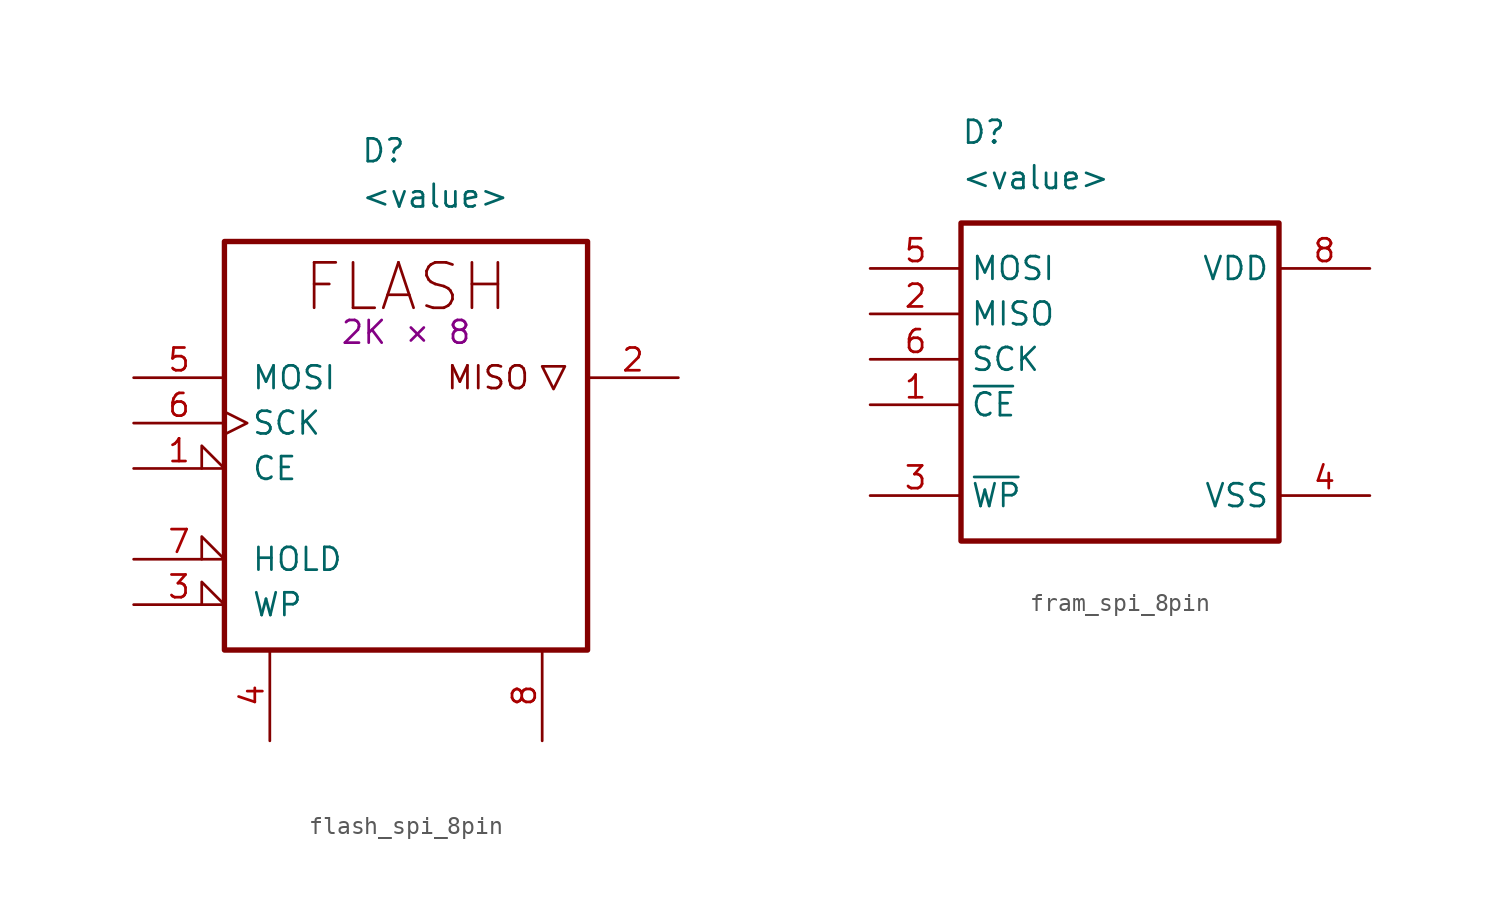
<source format=kicad_sym>
(kicad_symbol_lib
  (version 20231120)
  (generator "kicad_symbol_editor")
  (generator_version "8.0")
  (symbol "flash_spi_8pin"
    (pin_names
      (offset 1.5))
    (property "Reference" "D"
      (at 0 12.7 0)
      (effects (font (size 1.27 1.27)) (justify left)))
    (property "Value" "<value>"
      (at 0 10.16 0)
      (effects (font (size 1.27 1.27)) (justify left)))
    (property "Remarks" "2K × 8"
      (at 2.54 2.54 0)
      (do_not_autoplace)
      (effects (font (size 1.27 1.27))))
    (symbol "flash_spi_8pin_0_1"
      (rectangle (start -7.62 7.62) (end 12.7 -15.24) (stroke (width 0.3) (type default)) (fill (type none)))
      (polyline (pts (xy 10.16 0.635) (xy 11.43 0.635) (xy 10.795 -0.635) (xy 10.16 0.635)) (stroke (width 0) (type default)) (fill (type none))))
    (symbol "flash_spi_8pin_1_1"
      (text "FLASH" (at 2.54 5.08 0) (effects (font (size 2.54 2.54))))
      (text "MISO" (at 9.525 0 0) (effects (font (size 1.27 1.27)) (justify right)))
      (pin input input_low (at -12.7 -5.08 0) (length 5.08) (name "CE" (effects (font (size 1.27 1.27)))) (number "1" (effects (font (size 1.27 1.27)))))
      (pin tri_state line (at 17.78 0 180) (length 5.08) (name "" (effects (font (size 1.27 1.27)))) (number "2" (effects (font (size 1.27 1.27)))))
      (pin input input_low (at -12.7 -12.7 0) (length 5.08) (name "WP" (effects (font (size 1.27 1.27)))) (number "3" (effects (font (size 1.27 1.27)))))
      (pin power_in line (at -5.08 -20.32 90) (length 5.08) (name "" (effects (font (size 1.27 1.27)))) (number "4" (effects (font (size 1.27 1.27)))))
      (pin input line (at -12.7 0 0) (length 5.08) (name "MOSI" (effects (font (size 1.27 1.27)))) (number "5" (effects (font (size 1.27 1.27)))))
      (pin input clock (at -12.7 -2.54 0) (length 5.08) (name "SCK" (effects (font (size 1.27 1.27)))) (number "6" (effects (font (size 1.27 1.27)))))
      (pin input input_low (at -12.7 -10.16 0) (length 5.08) (name "HOLD" (effects (font (size 1.27 1.27)))) (number "7" (effects (font (size 1.27 1.27)))))
      (pin power_in line (at 10.16 -20.32 90) (length 5.08) (name "" (effects (font (size 1.27 1.27)))) (number "8" (effects (font (size 1.27 1.27)))))))
  (symbol "fram_spi_8pin"
    (property "Reference" "D"
      (at 5.08 5.08 0)
      (effects (font (size 1.27 1.27)) (justify left)))
    (property "Value" "<value>"
      (at 5.08 2.54 0)
      (effects (font (size 1.27 1.27)) (justify left)))
    (symbol "fram_spi_8pin_0_1"
      (rectangle (start 5.08 0) (end 22.86 -17.78) (stroke (width 0.3) (type default)) (fill (type none))))
    (symbol "fram_spi_8pin_1_1"
      (pin input line (at 0 -10.16 0) (length 5.08) (name "~{CE}" (effects (font (size 1.27 1.27)))) (number "1" (effects (font (size 1.27 1.27)))))
      (pin output line (at 0 -5.08 0) (length 5.08) (name "MISO" (effects (font (size 1.27 1.27)))) (number "2" (effects (font (size 1.27 1.27)))))
      (pin input line (at 0 -15.24 0) (length 5.08) (name "~{WP}" (effects (font (size 1.27 1.27)))) (number "3" (effects (font (size 1.27 1.27)))))
      (pin power_in line (at 27.94 -15.24 180) (length 5.08) (name "VSS" (effects (font (size 1.27 1.27)))) (number "4" (effects (font (size 1.27 1.27)))))
      (pin input line (at 0 -2.54 0) (length 5.08) (name "MOSI" (effects (font (size 1.27 1.27)))) (number "5" (effects (font (size 1.27 1.27)))))
      (pin input line (at 0 -7.62 0) (length 5.08) (name "SCK" (effects (font (size 1.27 1.27)))) (number "6" (effects (font (size 1.27 1.27)))))
      (pin power_in line (at 27.94 -2.54 180) (length 5.08) (name "VDD" (effects (font (size 1.27 1.27)))) (number "8" (effects (font (size 1.27 1.27))))))))
</source>
